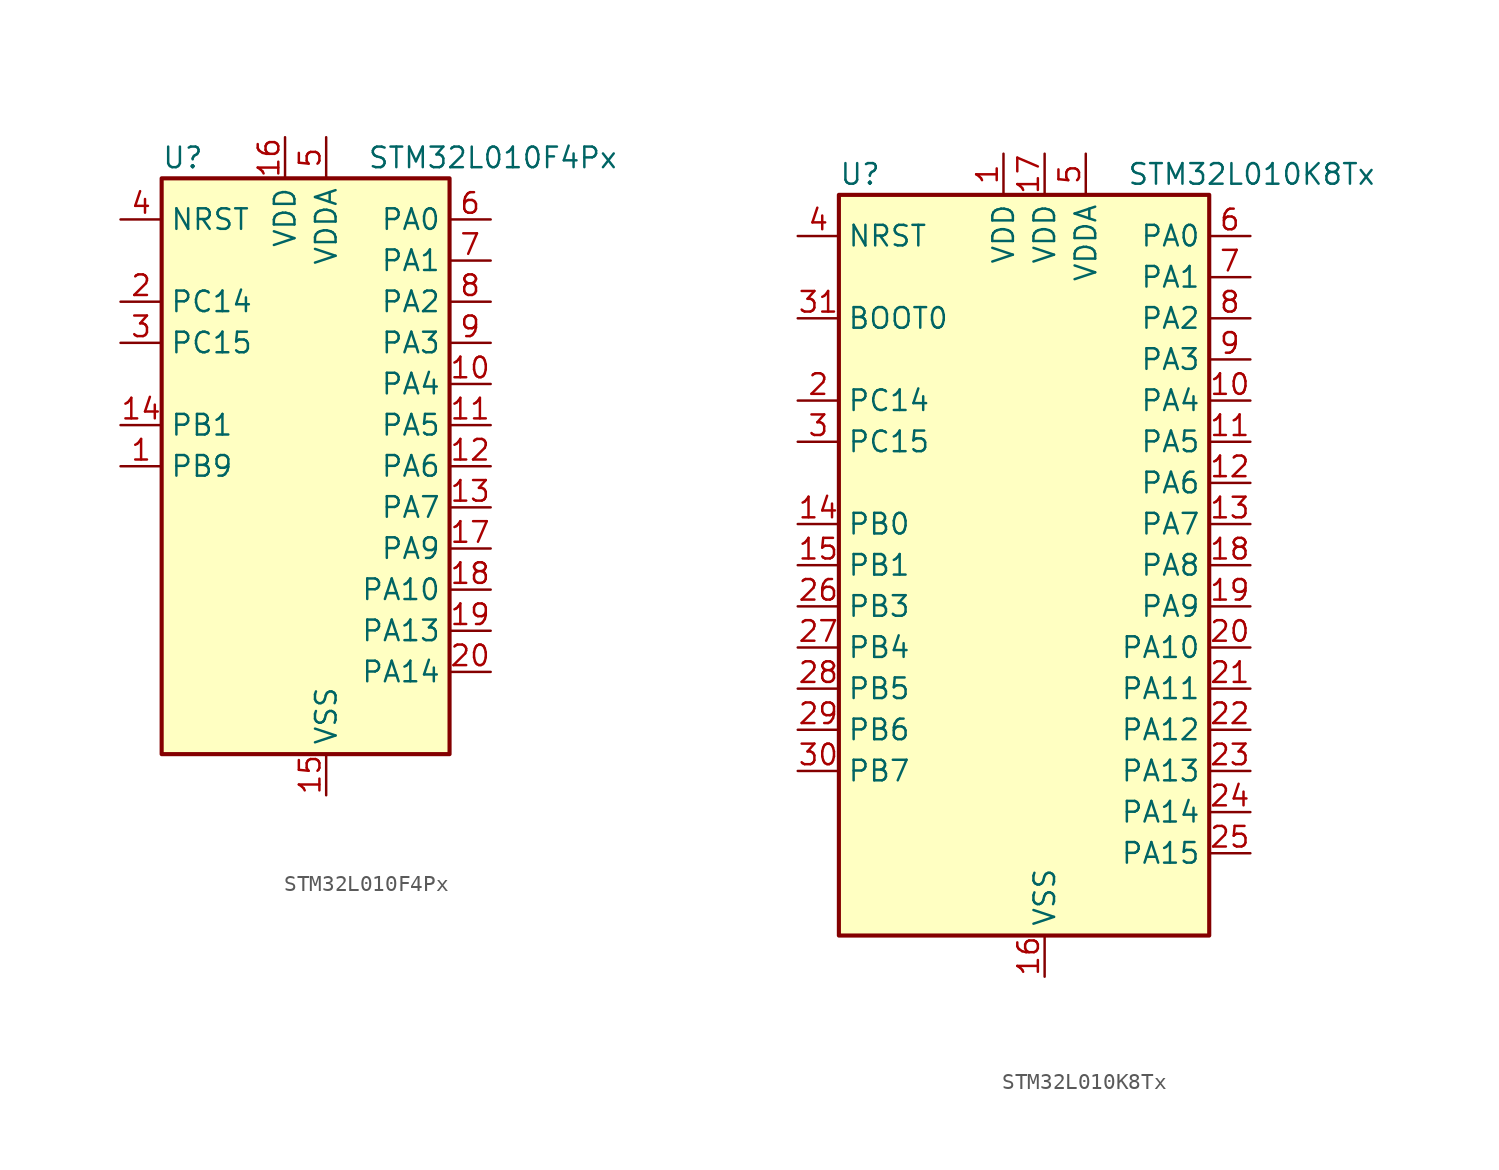
<source format=kicad_sym>
(kicad_symbol_lib
  (version 20220914)
  (generator kicad_symbol_editor)
  (symbol "STM32L010F4Px"
    (property "Reference" "U"
      (at -7.62 19.05 0)
      (effects (font (size 1.27 1.27)) (justify left)))
    (property "Value" "STM32L010F4Px"
      (at 5.08 19.05 0)
      (effects (font (size 1.27 1.27)) (justify left)))
    (property "ki_locked" ""
      (at 0 0 0)
      (effects (font (size 1.27 1.27))))
    (symbol "STM32L010F4Px_0_1"
      (rectangle (start -7.62 -17.78) (end 10.16 17.78) (stroke (width 0.254) (type default)) (fill (type background))))
    (symbol "STM32L010F4Px_1_1"
      (pin bidirectional line (at -10.16 0 0) (length 2.54) (name "PB9" (effects (font (size 1.27 1.27)))) (number "1" (effects (font (size 1.27 1.27)))))
      (pin bidirectional line (at 12.7 5.08 180) (length 2.54) (name "PA4" (effects (font (size 1.27 1.27)))) (number "10" (effects (font (size 1.27 1.27)))) (alternate "ADC_IN4" bidirectional line) (alternate "I2C1_SCL" bidirectional line) (alternate "LPTIM1_ETR" bidirectional line) (alternate "LPTIM1_IN1" bidirectional line) (alternate "LPUART1_TX" bidirectional line) (alternate "SPI1_NSS" bidirectional line) (alternate "TIM2_ETR" bidirectional line) (alternate "USART2_CK" bidirectional line))
      (pin bidirectional line (at 12.7 2.54 180) (length 2.54) (name "PA5" (effects (font (size 1.27 1.27)))) (number "11" (effects (font (size 1.27 1.27)))) (alternate "ADC_IN5" bidirectional line) (alternate "LPTIM1_IN2" bidirectional line) (alternate "SPI1_SCK" bidirectional line) (alternate "TIM2_CH1" bidirectional line) (alternate "TIM2_ETR" bidirectional line))
      (pin bidirectional line (at 12.7 0 180) (length 2.54) (name "PA6" (effects (font (size 1.27 1.27)))) (number "12" (effects (font (size 1.27 1.27)))) (alternate "ADC_IN6" bidirectional line) (alternate "LPTIM1_ETR" bidirectional line) (alternate "LPUART1_CTS" bidirectional line) (alternate "SPI1_MISO" bidirectional line))
      (pin bidirectional line (at 12.7 -2.54 180) (length 2.54) (name "PA7" (effects (font (size 1.27 1.27)))) (number "13" (effects (font (size 1.27 1.27)))) (alternate "ADC_IN7" bidirectional line) (alternate "LPTIM1_OUT" bidirectional line) (alternate "SPI1_MOSI" bidirectional line) (alternate "TIM21_ETR" bidirectional line) (alternate "USART2_CTS" bidirectional line))
      (pin bidirectional line (at -10.16 2.54 0) (length 2.54) (name "PB1" (effects (font (size 1.27 1.27)))) (number "14" (effects (font (size 1.27 1.27)))) (alternate "ADC_IN9" bidirectional line) (alternate "LPTIM1_IN1" bidirectional line) (alternate "LPUART1_DE" bidirectional line) (alternate "LPUART1_RTS" bidirectional line) (alternate "SPI1_MOSI" bidirectional line) (alternate "SYS_VREF_OUT_PB1" bidirectional line) (alternate "TIM2_CH4" bidirectional line) (alternate "USART2_CK" bidirectional line))
      (pin power_in line (at 2.54 -20.32 90) (length 2.54) (name "VSS" (effects (font (size 1.27 1.27)))) (number "15" (effects (font (size 1.27 1.27)))))
      (pin power_in line (at 0 20.32 270) (length 2.54) (name "VDD" (effects (font (size 1.27 1.27)))) (number "16" (effects (font (size 1.27 1.27)))))
      (pin bidirectional line (at 12.7 -5.08 180) (length 2.54) (name "PA9" (effects (font (size 1.27 1.27)))) (number "17" (effects (font (size 1.27 1.27)))) (alternate "I2C1_SCL" bidirectional line) (alternate "LPTIM1_OUT" bidirectional line) (alternate "RCC_MCO" bidirectional line) (alternate "TIM21_CH2" bidirectional line) (alternate "USART2_TX" bidirectional line))
      (pin bidirectional line (at 12.7 -7.62 180) (length 2.54) (name "PA10" (effects (font (size 1.27 1.27)))) (number "18" (effects (font (size 1.27 1.27)))) (alternate "I2C1_SDA" bidirectional line) (alternate "RTC_REFIN" bidirectional line) (alternate "TIM21_CH1" bidirectional line) (alternate "TIM2_CH3" bidirectional line) (alternate "USART2_RX" bidirectional line))
      (pin bidirectional line (at 12.7 -10.16 180) (length 2.54) (name "PA13" (effects (font (size 1.27 1.27)))) (number "19" (effects (font (size 1.27 1.27)))) (alternate "I2C1_SDA" bidirectional line) (alternate "LPTIM1_ETR" bidirectional line) (alternate "LPUART1_RX" bidirectional line) (alternate "SPI1_SCK" bidirectional line) (alternate "SYS_SWDIO" bidirectional line))
      (pin bidirectional line (at -10.16 10.16 0) (length 2.54) (name "PC14" (effects (font (size 1.27 1.27)))) (number "2" (effects (font (size 1.27 1.27)))) (alternate "RCC_OSC32_IN" bidirectional line))
      (pin bidirectional line (at 12.7 -12.7 180) (length 2.54) (name "PA14" (effects (font (size 1.27 1.27)))) (number "20" (effects (font (size 1.27 1.27)))) (alternate "I2C1_SMBA" bidirectional line) (alternate "LPTIM1_OUT" bidirectional line) (alternate "LPUART1_TX" bidirectional line) (alternate "SPI1_MISO" bidirectional line) (alternate "SYS_SWCLK" bidirectional line) (alternate "USART2_TX" bidirectional line))
      (pin bidirectional line (at -10.16 7.62 0) (length 2.54) (name "PC15" (effects (font (size 1.27 1.27)))) (number "3" (effects (font (size 1.27 1.27)))) (alternate "RCC_OSC32_OUT" bidirectional line))
      (pin input line (at -10.16 15.24 0) (length 2.54) (name "NRST" (effects (font (size 1.27 1.27)))) (number "4" (effects (font (size 1.27 1.27)))))
      (pin power_in line (at 2.54 20.32 270) (length 2.54) (name "VDDA" (effects (font (size 1.27 1.27)))) (number "5" (effects (font (size 1.27 1.27)))))
      (pin bidirectional line (at 12.7 15.24 180) (length 2.54) (name "PA0" (effects (font (size 1.27 1.27)))) (number "6" (effects (font (size 1.27 1.27)))) (alternate "ADC_IN0" bidirectional line) (alternate "LPTIM1_IN1" bidirectional line) (alternate "LPUART1_RX" bidirectional line) (alternate "RCC_CK_IN" bidirectional line) (alternate "RTC_TAMP2" bidirectional line) (alternate "SYS_WKUP1" bidirectional line) (alternate "TIM2_CH1" bidirectional line) (alternate "TIM2_ETR" bidirectional line) (alternate "USART2_CTS" bidirectional line) (alternate "USART2_RX" bidirectional line))
      (pin bidirectional line (at 12.7 12.7 180) (length 2.54) (name "PA1" (effects (font (size 1.27 1.27)))) (number "7" (effects (font (size 1.27 1.27)))) (alternate "ADC_IN1" bidirectional line) (alternate "I2C1_SMBA" bidirectional line) (alternate "LPTIM1_IN2" bidirectional line) (alternate "LPUART1_TX" bidirectional line) (alternate "TIM21_ETR" bidirectional line) (alternate "TIM2_CH2" bidirectional line) (alternate "USART2_DE" bidirectional line) (alternate "USART2_RTS" bidirectional line))
      (pin bidirectional line (at 12.7 10.16 180) (length 2.54) (name "PA2" (effects (font (size 1.27 1.27)))) (number "8" (effects (font (size 1.27 1.27)))) (alternate "ADC_IN2" bidirectional line) (alternate "LPUART1_TX" bidirectional line) (alternate "RTC_OUT_ALARM" bidirectional line) (alternate "RTC_OUT_CALIB" bidirectional line) (alternate "RTC_TAMP3" bidirectional line) (alternate "RTC_TS" bidirectional line) (alternate "SYS_WKUP3" bidirectional line) (alternate "TIM21_CH1" bidirectional line) (alternate "TIM2_CH3" bidirectional line) (alternate "USART2_TX" bidirectional line))
      (pin bidirectional line (at 12.7 7.62 180) (length 2.54) (name "PA3" (effects (font (size 1.27 1.27)))) (number "9" (effects (font (size 1.27 1.27)))) (alternate "ADC_IN3" bidirectional line) (alternate "LPUART1_RX" bidirectional line) (alternate "TIM21_CH2" bidirectional line) (alternate "TIM2_CH4" bidirectional line) (alternate "USART2_RX" bidirectional line))))
  (symbol "STM32L010K8Tx"
    (property "Reference" "U"
      (at -10.16 24.13 0)
      (effects (font (size 1.27 1.27)) (justify left)))
    (property "Value" "STM32L010K8Tx"
      (at 7.62 24.13 0)
      (effects (font (size 1.27 1.27)) (justify left)))
    (property "ki_locked" ""
      (at 0 0 0)
      (effects (font (size 1.27 1.27))))
    (symbol "STM32L010K8Tx_0_1"
      (rectangle (start -10.16 -22.86) (end 12.7 22.86) (stroke (width 0.254) (type default)) (fill (type background))))
    (symbol "STM32L010K8Tx_1_1"
      (pin power_in line (at 0 25.4 270) (length 2.54) (name "VDD" (effects (font (size 1.27 1.27)))) (number "1" (effects (font (size 1.27 1.27)))))
      (pin bidirectional line (at 15.24 10.16 180) (length 2.54) (name "PA4" (effects (font (size 1.27 1.27)))) (number "10" (effects (font (size 1.27 1.27)))) (alternate "ADC_IN4" bidirectional line) (alternate "SPI1_NSS" bidirectional line) (alternate "USART2_CK" bidirectional line))
      (pin bidirectional line (at 15.24 7.62 180) (length 2.54) (name "PA5" (effects (font (size 1.27 1.27)))) (number "11" (effects (font (size 1.27 1.27)))) (alternate "ADC_IN5" bidirectional line) (alternate "SPI1_SCK" bidirectional line) (alternate "TIM2_CH1" bidirectional line) (alternate "TIM2_ETR" bidirectional line))
      (pin bidirectional line (at 15.24 5.08 180) (length 2.54) (name "PA6" (effects (font (size 1.27 1.27)))) (number "12" (effects (font (size 1.27 1.27)))) (alternate "ADC_IN6" bidirectional line) (alternate "SPI1_MISO" bidirectional line))
      (pin bidirectional line (at 15.24 2.54 180) (length 2.54) (name "PA7" (effects (font (size 1.27 1.27)))) (number "13" (effects (font (size 1.27 1.27)))) (alternate "ADC_IN7" bidirectional line) (alternate "SPI1_MOSI" bidirectional line))
      (pin bidirectional line (at -12.7 2.54 0) (length 2.54) (name "PB0" (effects (font (size 1.27 1.27)))) (number "14" (effects (font (size 1.27 1.27)))) (alternate "ADC_IN8" bidirectional line) (alternate "SYS_VREF_OUT_PB0" bidirectional line))
      (pin bidirectional line (at -12.7 0 0) (length 2.54) (name "PB1" (effects (font (size 1.27 1.27)))) (number "15" (effects (font (size 1.27 1.27)))) (alternate "ADC_IN9" bidirectional line) (alternate "SYS_VREF_OUT_PB1" bidirectional line))
      (pin power_in line (at 2.54 -25.4 90) (length 2.54) (name "VSS" (effects (font (size 1.27 1.27)))) (number "16" (effects (font (size 1.27 1.27)))))
      (pin power_in line (at 2.54 25.4 270) (length 2.54) (name "VDD" (effects (font (size 1.27 1.27)))) (number "17" (effects (font (size 1.27 1.27)))))
      (pin bidirectional line (at 15.24 0 180) (length 2.54) (name "PA8" (effects (font (size 1.27 1.27)))) (number "18" (effects (font (size 1.27 1.27)))) (alternate "RCC_MCO" bidirectional line))
      (pin bidirectional line (at 15.24 -2.54 180) (length 2.54) (name "PA9" (effects (font (size 1.27 1.27)))) (number "19" (effects (font (size 1.27 1.27)))) (alternate "RCC_MCO" bidirectional line))
      (pin bidirectional line (at -12.7 10.16 0) (length 2.54) (name "PC14" (effects (font (size 1.27 1.27)))) (number "2" (effects (font (size 1.27 1.27)))) (alternate "RCC_OSC32_IN" bidirectional line))
      (pin bidirectional line (at 15.24 -5.08 180) (length 2.54) (name "PA10" (effects (font (size 1.27 1.27)))) (number "20" (effects (font (size 1.27 1.27)))))
      (pin bidirectional line (at 15.24 -7.62 180) (length 2.54) (name "PA11" (effects (font (size 1.27 1.27)))) (number "21" (effects (font (size 1.27 1.27)))) (alternate "ADC_EXTI11" bidirectional line) (alternate "SPI1_MISO" bidirectional line))
      (pin bidirectional line (at 15.24 -10.16 180) (length 2.54) (name "PA12" (effects (font (size 1.27 1.27)))) (number "22" (effects (font (size 1.27 1.27)))) (alternate "SPI1_MOSI" bidirectional line))
      (pin bidirectional line (at 15.24 -12.7 180) (length 2.54) (name "PA13" (effects (font (size 1.27 1.27)))) (number "23" (effects (font (size 1.27 1.27)))) (alternate "SYS_SWDIO" bidirectional line))
      (pin bidirectional line (at 15.24 -15.24 180) (length 2.54) (name "PA14" (effects (font (size 1.27 1.27)))) (number "24" (effects (font (size 1.27 1.27)))) (alternate "SYS_SWCLK" bidirectional line) (alternate "USART2_TX" bidirectional line))
      (pin bidirectional line (at 15.24 -17.78 180) (length 2.54) (name "PA15" (effects (font (size 1.27 1.27)))) (number "25" (effects (font (size 1.27 1.27)))) (alternate "SPI1_NSS" bidirectional line) (alternate "TIM2_CH1" bidirectional line) (alternate "TIM2_ETR" bidirectional line) (alternate "USART2_RX" bidirectional line))
      (pin bidirectional line (at -12.7 -2.54 0) (length 2.54) (name "PB3" (effects (font (size 1.27 1.27)))) (number "26" (effects (font (size 1.27 1.27)))) (alternate "SPI1_SCK" bidirectional line) (alternate "TIM2_CH2" bidirectional line))
      (pin bidirectional line (at -12.7 -5.08 0) (length 2.54) (name "PB4" (effects (font (size 1.27 1.27)))) (number "27" (effects (font (size 1.27 1.27)))) (alternate "SPI1_MISO" bidirectional line))
      (pin bidirectional line (at -12.7 -7.62 0) (length 2.54) (name "PB5" (effects (font (size 1.27 1.27)))) (number "28" (effects (font (size 1.27 1.27)))) (alternate "I2C1_SMBA" bidirectional line) (alternate "LPTIM1_IN1" bidirectional line) (alternate "SPI1_MOSI" bidirectional line))
      (pin bidirectional line (at -12.7 -10.16 0) (length 2.54) (name "PB6" (effects (font (size 1.27 1.27)))) (number "29" (effects (font (size 1.27 1.27)))) (alternate "I2C1_SCL" bidirectional line) (alternate "LPTIM1_ETR" bidirectional line))
      (pin bidirectional line (at -12.7 7.62 0) (length 2.54) (name "PC15" (effects (font (size 1.27 1.27)))) (number "3" (effects (font (size 1.27 1.27)))) (alternate "RCC_OSC32_OUT" bidirectional line))
      (pin bidirectional line (at -12.7 -12.7 0) (length 2.54) (name "PB7" (effects (font (size 1.27 1.27)))) (number "30" (effects (font (size 1.27 1.27)))) (alternate "I2C1_SDA" bidirectional line) (alternate "LPTIM1_IN2" bidirectional line) (alternate "SYS_PVD_IN" bidirectional line))
      (pin input line (at -12.7 15.24 0) (length 2.54) (name "BOOT0" (effects (font (size 1.27 1.27)))) (number "31" (effects (font (size 1.27 1.27)))))
      (pin passive line (at 2.54 -25.4 90) (length 2.54) hide (name "VSS" (effects (font (size 1.27 1.27)))) (number "32" (effects (font (size 1.27 1.27)))))
      (pin input line (at -12.7 20.32 0) (length 2.54) (name "NRST" (effects (font (size 1.27 1.27)))) (number "4" (effects (font (size 1.27 1.27)))))
      (pin power_in line (at 5.08 25.4 270) (length 2.54) (name "VDDA" (effects (font (size 1.27 1.27)))) (number "5" (effects (font (size 1.27 1.27)))))
      (pin bidirectional line (at 15.24 20.32 180) (length 2.54) (name "PA0" (effects (font (size 1.27 1.27)))) (number "6" (effects (font (size 1.27 1.27)))) (alternate "ADC_IN0" bidirectional line) (alternate "RTC_TAMP2" bidirectional line) (alternate "SYS_WKUP1" bidirectional line) (alternate "TIM2_CH1" bidirectional line) (alternate "TIM2_ETR" bidirectional line) (alternate "USART2_CTS" bidirectional line))
      (pin bidirectional line (at 15.24 17.78 180) (length 2.54) (name "PA1" (effects (font (size 1.27 1.27)))) (number "7" (effects (font (size 1.27 1.27)))) (alternate "ADC_IN1" bidirectional line) (alternate "TIM21_ETR" bidirectional line) (alternate "TIM2_CH2" bidirectional line) (alternate "USART2_DE" bidirectional line) (alternate "USART2_RTS" bidirectional line))
      (pin bidirectional line (at 15.24 15.24 180) (length 2.54) (name "PA2" (effects (font (size 1.27 1.27)))) (number "8" (effects (font (size 1.27 1.27)))) (alternate "ADC_IN2" bidirectional line) (alternate "TIM21_CH1" bidirectional line) (alternate "TIM2_CH3" bidirectional line) (alternate "USART2_TX" bidirectional line))
      (pin bidirectional line (at 15.24 12.7 180) (length 2.54) (name "PA3" (effects (font (size 1.27 1.27)))) (number "9" (effects (font (size 1.27 1.27)))) (alternate "ADC_IN3" bidirectional line) (alternate "TIM21_CH2" bidirectional line) (alternate "TIM2_CH4" bidirectional line) (alternate "USART2_RX" bidirectional line)))))
</source>
